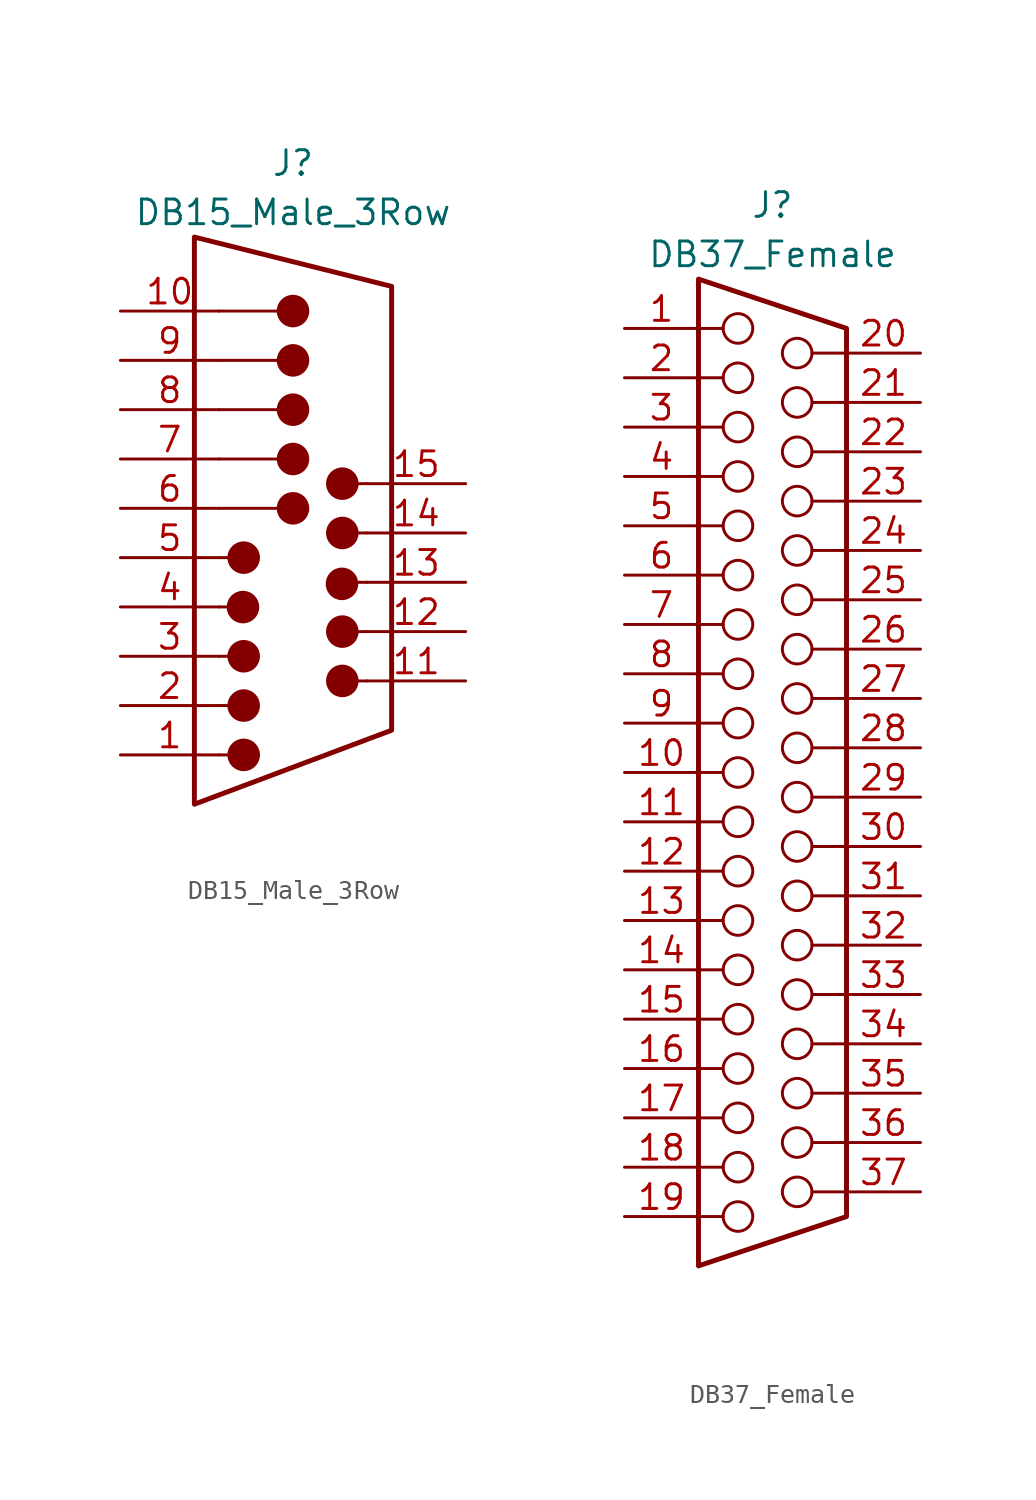
<source format=kicad_sym>
(kicad_symbol_lib
  (version 20220914)
  (generator kicad_symbol_editor)
  (symbol "DB15_Male_3Row"
    (pin_names
      (offset 1.016) hide)
    (property "Reference" "J"
      (at 0 16.51 0)
      (effects (font (size 1.27 1.27))))
    (property "Value" "DB15_Male_3Row"
      (at 0 13.97 0)
      (effects (font (size 1.27 1.27))))
    (symbol "DB15_Male_3Row_0_1"
      (circle (center -2.577 -6.357) (radius 0.762) (stroke (width 0) (type default)) (fill (type outline)))
      (circle (center -2.54 -13.97) (radius 0.762) (stroke (width 0) (type default)) (fill (type outline)))
      (circle (center -2.54 -11.43) (radius 0.762) (stroke (width 0) (type default)) (fill (type outline)))
      (circle (center -2.54 -8.89) (radius 0.762) (stroke (width 0) (type default)) (fill (type outline)))
      (circle (center -2.54 -3.81) (radius 0.762) (stroke (width 0) (type default)) (fill (type outline)))
      (circle (center 0 -1.27) (radius 0.762) (stroke (width 0) (type default)) (fill (type outline)))
      (polyline (pts (xy -3.81 1.27) (xy -0.635 1.27)) (stroke (width 0) (type default)) (fill (type none)))
      (polyline (pts (xy -2.54 -13.97) (xy -3.81 -13.97)) (stroke (width 0) (type default)) (fill (type none)))
      (polyline (pts (xy -2.54 -11.43) (xy -3.81 -11.43)) (stroke (width 0) (type default)) (fill (type none)))
      (polyline (pts (xy -2.54 -8.89) (xy -3.81 -8.89)) (stroke (width 0) (type default)) (fill (type none)))
      (polyline (pts (xy -2.54 -6.35) (xy -3.81 -6.35)) (stroke (width 0) (type default)) (fill (type none)))
      (polyline (pts (xy -2.54 -3.81) (xy -3.81 -3.81)) (stroke (width 0) (type default)) (fill (type none)))
      (polyline (pts (xy -0.635 -1.27) (xy -3.81 -1.27)) (stroke (width 0) (type default)) (fill (type none)))
      (polyline (pts (xy -0.635 3.81) (xy -3.81 3.81)) (stroke (width 0) (type default)) (fill (type none)))
      (polyline (pts (xy -0.635 6.35) (xy -3.81 6.35)) (stroke (width 0) (type default)) (fill (type none)))
      (polyline (pts (xy -0.635 8.89) (xy -3.81 8.89)) (stroke (width 0) (type default)) (fill (type none)))
      (polyline (pts (xy 2.54 -10.16) (xy 3.81 -10.16)) (stroke (width 0) (type default)) (fill (type none)))
      (polyline (pts (xy 2.54 -7.62) (xy 3.81 -7.62)) (stroke (width 0) (type default)) (fill (type none)))
      (polyline (pts (xy 2.54 -5.08) (xy 3.81 -5.08)) (stroke (width 0) (type default)) (fill (type none)))
      (polyline (pts (xy 2.54 -2.54) (xy 3.81 -2.54)) (stroke (width 0) (type default)) (fill (type none)))
      (polyline (pts (xy 2.54 0) (xy 3.81 0)) (stroke (width 0) (type default)) (fill (type none)))
      (circle (center 0 1.27) (radius 0.762) (stroke (width 0) (type default)) (fill (type outline)))
      (circle (center 0 3.81) (radius 0.762) (stroke (width 0) (type default)) (fill (type outline)))
      (circle (center 0 6.35) (radius 0.762) (stroke (width 0) (type default)) (fill (type outline)))
      (circle (center 0 8.89) (radius 0.762) (stroke (width 0) (type default)) (fill (type outline)))
      (circle (center 2.522 -5.161) (radius 0.762) (stroke (width 0) (type default)) (fill (type outline)))
      (circle (center 2.54 -10.16) (radius 0.762) (stroke (width 0) (type default)) (fill (type outline)))
      (circle (center 2.54 -7.62) (radius 0.762) (stroke (width 0) (type default)) (fill (type outline)))
      (circle (center 2.54 -2.54) (radius 0.762) (stroke (width 0) (type default)) (fill (type outline)))
      (circle (center 2.54 0) (radius 0.762) (stroke (width 0) (type default)) (fill (type outline))))
    (symbol "DB15_Male_3Row_1_1"
      (polyline (pts (xy -5.08 12.7) (xy -5.08 -16.51) (xy 5.08 -12.7) (xy 5.08 10.16) (xy -5.08 12.7)) (stroke (width 0.254) (type default)) (fill (type none)))
      (pin passive line (at -8.89 -13.97 0) (length 5.08) (name "~" (effects (font (size 1.27 1.27)))) (number "1" (effects (font (size 1.27 1.27)))))
      (pin passive line (at -8.89 8.89 0) (length 5.08) (name "~" (effects (font (size 1.27 1.27)))) (number "10" (effects (font (size 1.27 1.27)))))
      (pin passive line (at 8.89 -10.16 180) (length 5.08) (name "~" (effects (font (size 1.27 1.27)))) (number "11" (effects (font (size 1.27 1.27)))))
      (pin passive line (at 8.89 -7.62 180) (length 5.08) (name "~" (effects (font (size 1.27 1.27)))) (number "12" (effects (font (size 1.27 1.27)))))
      (pin passive line (at 8.89 -5.08 180) (length 5.08) (name "~" (effects (font (size 1.27 1.27)))) (number "13" (effects (font (size 1.27 1.27)))))
      (pin passive line (at 8.89 -2.54 180) (length 5.08) (name "~" (effects (font (size 1.27 1.27)))) (number "14" (effects (font (size 1.27 1.27)))))
      (pin passive line (at 8.89 0 180) (length 5.08) (name "~" (effects (font (size 1.27 1.27)))) (number "15" (effects (font (size 1.27 1.27)))))
      (pin passive line (at -8.89 -11.43 0) (length 5.08) (name "~" (effects (font (size 1.27 1.27)))) (number "2" (effects (font (size 1.27 1.27)))))
      (pin passive line (at -8.89 -8.89 0) (length 5.08) (name "~" (effects (font (size 1.27 1.27)))) (number "3" (effects (font (size 1.27 1.27)))))
      (pin passive line (at -8.89 -6.35 0) (length 5.08) (name "~" (effects (font (size 1.27 1.27)))) (number "4" (effects (font (size 1.27 1.27)))))
      (pin passive line (at -8.89 -3.81 0) (length 5.08) (name "~" (effects (font (size 1.27 1.27)))) (number "5" (effects (font (size 1.27 1.27)))))
      (pin passive line (at -8.89 -1.27 0) (length 5.08) (name "~" (effects (font (size 1.27 1.27)))) (number "6" (effects (font (size 1.27 1.27)))))
      (pin passive line (at -8.89 1.27 0) (length 5.08) (name "~" (effects (font (size 1.27 1.27)))) (number "7" (effects (font (size 1.27 1.27)))))
      (pin passive line (at -8.89 3.81 0) (length 5.08) (name "~" (effects (font (size 1.27 1.27)))) (number "8" (effects (font (size 1.27 1.27)))))
      (pin passive line (at -8.89 6.35 0) (length 5.08) (name "~" (effects (font (size 1.27 1.27)))) (number "9" (effects (font (size 1.27 1.27)))))))
  (symbol "DB37_Female"
    (pin_names
      (offset 1.016) hide)
    (property "Reference" "J"
      (at 0 27.94 0)
      (effects (font (size 1.27 1.27))))
    (property "Value" "DB37_Female"
      (at 0 25.4 0)
      (effects (font (size 1.27 1.27))))
    (symbol "DB37_Female_0_1"
      (circle (center -1.778 -24.13) (radius 0.762) (stroke (width 0) (type default)) (fill (type none)))
      (circle (center -1.778 -21.59) (radius 0.762) (stroke (width 0) (type default)) (fill (type none)))
      (circle (center -1.778 -19.05) (radius 0.762) (stroke (width 0) (type default)) (fill (type none)))
      (circle (center -1.778 -16.51) (radius 0.762) (stroke (width 0) (type default)) (fill (type none)))
      (circle (center -1.778 -13.97) (radius 0.762) (stroke (width 0) (type default)) (fill (type none)))
      (circle (center -1.778 -11.43) (radius 0.762) (stroke (width 0) (type default)) (fill (type none)))
      (circle (center -1.778 -8.89) (radius 0.762) (stroke (width 0) (type default)) (fill (type none)))
      (circle (center -1.778 -6.35) (radius 0.762) (stroke (width 0) (type default)) (fill (type none)))
      (circle (center -1.778 -3.81) (radius 0.762) (stroke (width 0) (type default)) (fill (type none)))
      (circle (center -1.778 -1.27) (radius 0.762) (stroke (width 0) (type default)) (fill (type none)))
      (circle (center -1.778 1.27) (radius 0.762) (stroke (width 0) (type default)) (fill (type none)))
      (circle (center -1.778 3.81) (radius 0.762) (stroke (width 0) (type default)) (fill (type none)))
      (circle (center -1.778 6.35) (radius 0.762) (stroke (width 0) (type default)) (fill (type none)))
      (circle (center -1.778 8.89) (radius 0.762) (stroke (width 0) (type default)) (fill (type none)))
      (circle (center -1.778 11.43) (radius 0.762) (stroke (width 0) (type default)) (fill (type none)))
      (circle (center -1.778 13.97) (radius 0.762) (stroke (width 0) (type default)) (fill (type none)))
      (circle (center -1.778 16.51) (radius 0.762) (stroke (width 0) (type default)) (fill (type none)))
      (circle (center -1.778 19.05) (radius 0.762) (stroke (width 0) (type default)) (fill (type none)))
      (circle (center -1.778 21.59) (radius 0.762) (stroke (width 0) (type default)) (fill (type none)))
      (polyline (pts (xy -3.81 -24.13) (xy -2.54 -24.13)) (stroke (width 0) (type default)) (fill (type none)))
      (polyline (pts (xy -3.81 -21.59) (xy -2.54 -21.59)) (stroke (width 0) (type default)) (fill (type none)))
      (polyline (pts (xy -3.81 -19.05) (xy -2.54 -19.05)) (stroke (width 0) (type default)) (fill (type none)))
      (polyline (pts (xy -3.81 -16.51) (xy -2.54 -16.51)) (stroke (width 0) (type default)) (fill (type none)))
      (polyline (pts (xy -3.81 -13.97) (xy -2.54 -13.97)) (stroke (width 0) (type default)) (fill (type none)))
      (polyline (pts (xy -3.81 -11.43) (xy -2.54 -11.43)) (stroke (width 0) (type default)) (fill (type none)))
      (polyline (pts (xy -3.81 -8.89) (xy -2.54 -8.89)) (stroke (width 0) (type default)) (fill (type none)))
      (polyline (pts (xy -3.81 -6.35) (xy -2.54 -6.35)) (stroke (width 0) (type default)) (fill (type none)))
      (polyline (pts (xy -3.81 -3.81) (xy -2.54 -3.81)) (stroke (width 0) (type default)) (fill (type none)))
      (polyline (pts (xy -3.81 -1.27) (xy -2.54 -1.27)) (stroke (width 0) (type default)) (fill (type none)))
      (polyline (pts (xy -3.81 1.27) (xy -2.54 1.27)) (stroke (width 0) (type default)) (fill (type none)))
      (polyline (pts (xy -3.81 3.81) (xy -2.54 3.81)) (stroke (width 0) (type default)) (fill (type none)))
      (polyline (pts (xy -3.81 6.35) (xy -2.54 6.35)) (stroke (width 0) (type default)) (fill (type none)))
      (polyline (pts (xy -3.81 8.89) (xy -2.54 8.89)) (stroke (width 0) (type default)) (fill (type none)))
      (polyline (pts (xy -3.81 11.43) (xy -2.54 11.43)) (stroke (width 0) (type default)) (fill (type none)))
      (polyline (pts (xy -3.81 13.97) (xy -2.54 13.97)) (stroke (width 0) (type default)) (fill (type none)))
      (polyline (pts (xy -3.81 16.51) (xy -2.54 16.51)) (stroke (width 0) (type default)) (fill (type none)))
      (polyline (pts (xy -3.81 19.05) (xy -2.54 19.05)) (stroke (width 0) (type default)) (fill (type none)))
      (polyline (pts (xy -3.81 21.59) (xy -2.54 21.59)) (stroke (width 0) (type default)) (fill (type none)))
      (polyline (pts (xy 2.032 -22.86) (xy 3.81 -22.86)) (stroke (width 0) (type default)) (fill (type none)))
      (polyline (pts (xy 2.032 -20.32) (xy 3.81 -20.32)) (stroke (width 0) (type default)) (fill (type none)))
      (polyline (pts (xy 2.032 -17.78) (xy 3.81 -17.78)) (stroke (width 0) (type default)) (fill (type none)))
      (polyline (pts (xy 2.032 -15.24) (xy 3.81 -15.24)) (stroke (width 0) (type default)) (fill (type none)))
      (polyline (pts (xy 2.032 -12.7) (xy 3.81 -12.7)) (stroke (width 0) (type default)) (fill (type none)))
      (polyline (pts (xy 2.032 -10.16) (xy 3.81 -10.16)) (stroke (width 0) (type default)) (fill (type none)))
      (polyline (pts (xy 2.032 -7.62) (xy 3.81 -7.62)) (stroke (width 0) (type default)) (fill (type none)))
      (polyline (pts (xy 2.032 -5.08) (xy 3.81 -5.08)) (stroke (width 0) (type default)) (fill (type none)))
      (polyline (pts (xy 2.032 -2.54) (xy 3.81 -2.54)) (stroke (width 0) (type default)) (fill (type none)))
      (polyline (pts (xy 2.032 0) (xy 3.81 0)) (stroke (width 0) (type default)) (fill (type none)))
      (polyline (pts (xy 2.032 2.54) (xy 3.81 2.54)) (stroke (width 0) (type default)) (fill (type none)))
      (polyline (pts (xy 2.032 5.08) (xy 3.81 5.08)) (stroke (width 0) (type default)) (fill (type none)))
      (polyline (pts (xy 2.032 7.62) (xy 3.81 7.62)) (stroke (width 0) (type default)) (fill (type none)))
      (polyline (pts (xy 2.032 10.16) (xy 3.81 10.16)) (stroke (width 0) (type default)) (fill (type none)))
      (polyline (pts (xy 2.032 12.7) (xy 3.81 12.7)) (stroke (width 0) (type default)) (fill (type none)))
      (polyline (pts (xy 2.032 15.24) (xy 3.81 15.24)) (stroke (width 0) (type default)) (fill (type none)))
      (polyline (pts (xy 2.032 17.78) (xy 3.81 17.78)) (stroke (width 0) (type default)) (fill (type none)))
      (polyline (pts (xy 2.032 20.32) (xy 3.81 20.32)) (stroke (width 0) (type default)) (fill (type none)))
      (circle (center 1.27 -22.86) (radius 0.762) (stroke (width 0) (type default)) (fill (type none)))
      (circle (center 1.27 -20.32) (radius 0.762) (stroke (width 0) (type default)) (fill (type none)))
      (circle (center 1.27 -17.78) (radius 0.762) (stroke (width 0) (type default)) (fill (type none)))
      (circle (center 1.27 -15.24) (radius 0.762) (stroke (width 0) (type default)) (fill (type none)))
      (circle (center 1.27 -12.7) (radius 0.762) (stroke (width 0) (type default)) (fill (type none)))
      (circle (center 1.27 -10.16) (radius 0.762) (stroke (width 0) (type default)) (fill (type none)))
      (circle (center 1.27 -7.62) (radius 0.762) (stroke (width 0) (type default)) (fill (type none)))
      (circle (center 1.27 -5.08) (radius 0.762) (stroke (width 0) (type default)) (fill (type none)))
      (circle (center 1.27 -2.54) (radius 0.762) (stroke (width 0) (type default)) (fill (type none)))
      (circle (center 1.27 0) (radius 0.762) (stroke (width 0) (type default)) (fill (type none)))
      (circle (center 1.27 2.54) (radius 0.762) (stroke (width 0) (type default)) (fill (type none)))
      (circle (center 1.27 5.08) (radius 0.762) (stroke (width 0) (type default)) (fill (type none)))
      (circle (center 1.27 7.62) (radius 0.762) (stroke (width 0) (type default)) (fill (type none)))
      (circle (center 1.27 10.16) (radius 0.762) (stroke (width 0) (type default)) (fill (type none)))
      (circle (center 1.27 12.7) (radius 0.762) (stroke (width 0) (type default)) (fill (type none)))
      (circle (center 1.27 15.24) (radius 0.762) (stroke (width 0) (type default)) (fill (type none)))
      (circle (center 1.27 17.78) (radius 0.762) (stroke (width 0) (type default)) (fill (type none)))
      (circle (center 1.27 20.32) (radius 0.762) (stroke (width 0) (type default)) (fill (type none))))
    (symbol "DB37_Female_1_1"
      (polyline (pts (xy -3.81 -26.67) (xy 3.81 -24.13) (xy 3.81 21.59) (xy -3.81 24.13) (xy -3.81 -26.67)) (stroke (width 0.254) (type default)) (fill (type none)))
      (pin passive line (at -7.62 21.59 0) (length 3.81) (name "1" (effects (font (size 1.27 1.27)))) (number "1" (effects (font (size 1.27 1.27)))))
      (pin passive line (at -7.62 -1.27 0) (length 3.81) (name "10" (effects (font (size 1.27 1.27)))) (number "10" (effects (font (size 1.27 1.27)))))
      (pin passive line (at -7.62 -3.81 0) (length 3.81) (name "11" (effects (font (size 1.27 1.27)))) (number "11" (effects (font (size 1.27 1.27)))))
      (pin passive line (at -7.62 -6.35 0) (length 3.81) (name "12" (effects (font (size 1.27 1.27)))) (number "12" (effects (font (size 1.27 1.27)))))
      (pin passive line (at -7.62 -8.89 0) (length 3.81) (name "13" (effects (font (size 1.27 1.27)))) (number "13" (effects (font (size 1.27 1.27)))))
      (pin passive line (at -7.62 -11.43 0) (length 3.81) (name "14" (effects (font (size 1.27 1.27)))) (number "14" (effects (font (size 1.27 1.27)))))
      (pin passive line (at -7.62 -13.97 0) (length 3.81) (name "15" (effects (font (size 1.27 1.27)))) (number "15" (effects (font (size 1.27 1.27)))))
      (pin passive line (at -7.62 -16.51 0) (length 3.81) (name "16" (effects (font (size 1.27 1.27)))) (number "16" (effects (font (size 1.27 1.27)))))
      (pin passive line (at -7.62 -19.05 0) (length 3.81) (name "17" (effects (font (size 1.27 1.27)))) (number "17" (effects (font (size 1.27 1.27)))))
      (pin passive line (at -7.62 -21.59 0) (length 3.81) (name "18" (effects (font (size 1.27 1.27)))) (number "18" (effects (font (size 1.27 1.27)))))
      (pin passive line (at -7.62 -24.13 0) (length 3.81) (name "19" (effects (font (size 1.27 1.27)))) (number "19" (effects (font (size 1.27 1.27)))))
      (pin passive line (at -7.62 19.05 0) (length 3.81) (name "2" (effects (font (size 1.27 1.27)))) (number "2" (effects (font (size 1.27 1.27)))))
      (pin passive line (at 7.62 20.32 180) (length 3.81) (name "20" (effects (font (size 1.27 1.27)))) (number "20" (effects (font (size 1.27 1.27)))))
      (pin passive line (at 7.62 17.78 180) (length 3.81) (name "21" (effects (font (size 1.27 1.27)))) (number "21" (effects (font (size 1.27 1.27)))))
      (pin passive line (at 7.62 15.24 180) (length 3.81) (name "22" (effects (font (size 1.27 1.27)))) (number "22" (effects (font (size 1.27 1.27)))))
      (pin passive line (at 7.62 12.7 180) (length 3.81) (name "23" (effects (font (size 1.27 1.27)))) (number "23" (effects (font (size 1.27 1.27)))))
      (pin passive line (at 7.62 10.16 180) (length 3.81) (name "24" (effects (font (size 1.27 1.27)))) (number "24" (effects (font (size 1.27 1.27)))))
      (pin passive line (at 7.62 7.62 180) (length 3.81) (name "25" (effects (font (size 1.27 1.27)))) (number "25" (effects (font (size 1.27 1.27)))))
      (pin passive line (at 7.62 5.08 180) (length 3.81) (name "26" (effects (font (size 1.27 1.27)))) (number "26" (effects (font (size 1.27 1.27)))))
      (pin passive line (at 7.62 2.54 180) (length 3.81) (name "27" (effects (font (size 1.27 1.27)))) (number "27" (effects (font (size 1.27 1.27)))))
      (pin passive line (at 7.62 0 180) (length 3.81) (name "28" (effects (font (size 1.27 1.27)))) (number "28" (effects (font (size 1.27 1.27)))))
      (pin passive line (at 7.62 -2.54 180) (length 3.81) (name "29" (effects (font (size 1.27 1.27)))) (number "29" (effects (font (size 1.27 1.27)))))
      (pin passive line (at -7.62 16.51 0) (length 3.81) (name "3" (effects (font (size 1.27 1.27)))) (number "3" (effects (font (size 1.27 1.27)))))
      (pin passive line (at 7.62 -5.08 180) (length 3.81) (name "30" (effects (font (size 1.27 1.27)))) (number "30" (effects (font (size 1.27 1.27)))))
      (pin passive line (at 7.62 -7.62 180) (length 3.81) (name "31" (effects (font (size 1.27 1.27)))) (number "31" (effects (font (size 1.27 1.27)))))
      (pin passive line (at 7.62 -10.16 180) (length 3.81) (name "32" (effects (font (size 1.27 1.27)))) (number "32" (effects (font (size 1.27 1.27)))))
      (pin passive line (at 7.62 -12.7 180) (length 3.81) (name "33" (effects (font (size 1.27 1.27)))) (number "33" (effects (font (size 1.27 1.27)))))
      (pin passive line (at 7.62 -15.24 180) (length 3.81) (name "34" (effects (font (size 1.27 1.27)))) (number "34" (effects (font (size 1.27 1.27)))))
      (pin passive line (at 7.62 -17.78 180) (length 3.81) (name "35" (effects (font (size 1.27 1.27)))) (number "35" (effects (font (size 1.27 1.27)))))
      (pin passive line (at 7.62 -20.32 180) (length 3.81) (name "36" (effects (font (size 1.27 1.27)))) (number "36" (effects (font (size 1.27 1.27)))))
      (pin passive line (at 7.62 -22.86 180) (length 3.81) (name "37" (effects (font (size 1.27 1.27)))) (number "37" (effects (font (size 1.27 1.27)))))
      (pin passive line (at -7.62 13.97 0) (length 3.81) (name "4" (effects (font (size 1.27 1.27)))) (number "4" (effects (font (size 1.27 1.27)))))
      (pin passive line (at -7.62 11.43 0) (length 3.81) (name "5" (effects (font (size 1.27 1.27)))) (number "5" (effects (font (size 1.27 1.27)))))
      (pin passive line (at -7.62 8.89 0) (length 3.81) (name "6" (effects (font (size 1.27 1.27)))) (number "6" (effects (font (size 1.27 1.27)))))
      (pin passive line (at -7.62 6.35 0) (length 3.81) (name "7" (effects (font (size 1.27 1.27)))) (number "7" (effects (font (size 1.27 1.27)))))
      (pin passive line (at -7.62 3.81 0) (length 3.81) (name "8" (effects (font (size 1.27 1.27)))) (number "8" (effects (font (size 1.27 1.27)))))
      (pin passive line (at -7.62 1.27 0) (length 3.81) (name "9" (effects (font (size 1.27 1.27)))) (number "9" (effects (font (size 1.27 1.27))))))))
</source>
